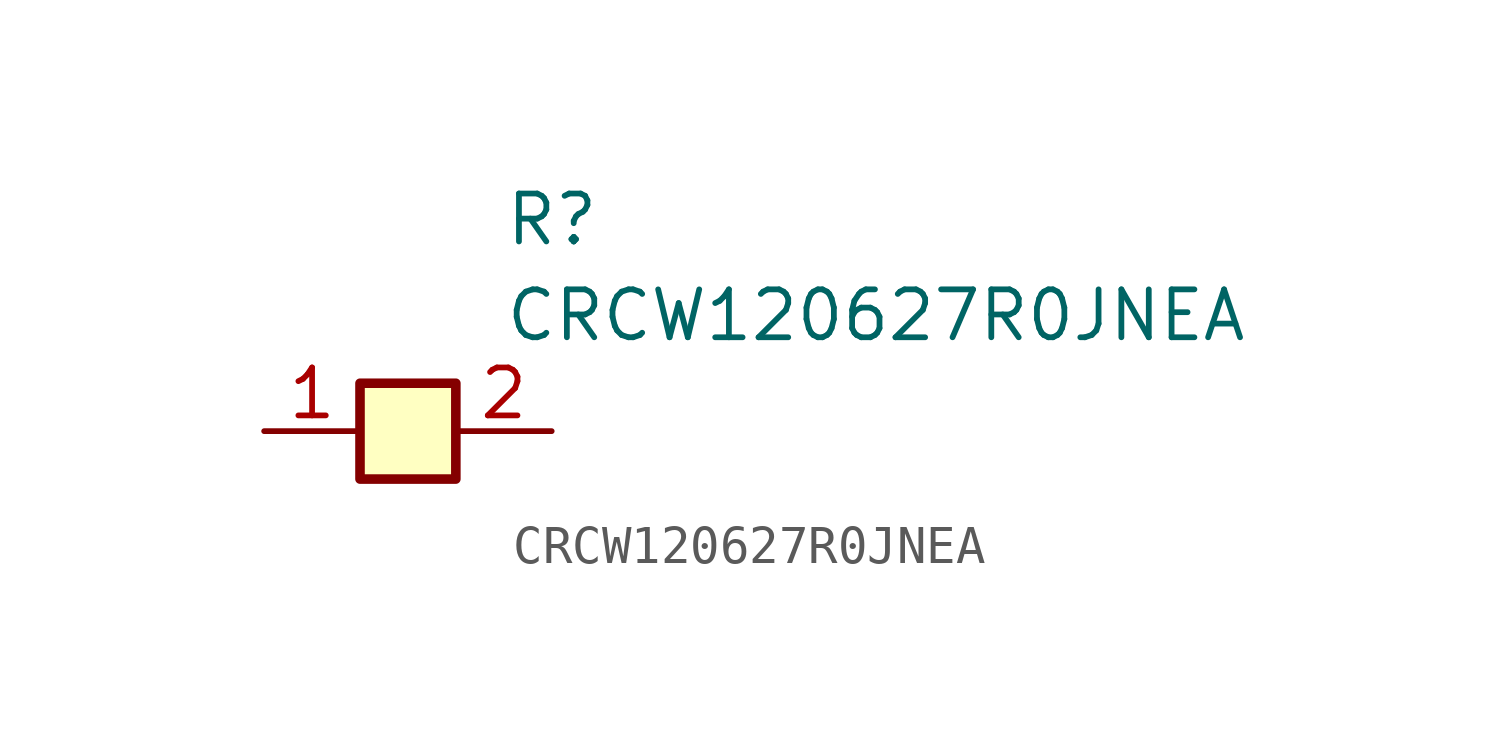
<source format=kicad_sym>
(kicad_symbol_lib
  (version 20231120)
  (generator "kicad_symbol_editor")
  (generator_version "8.0")
  (symbol "CRCW120627R0JNEA"
    (pin_names hide)
    (property "Reference" "R"
      (at 13.97 6.35 0)
      (effects (font (size 1.27 1.27)) (justify left top)))
    (property "Value" "CRCW120627R0JNEA"
      (at 13.97 3.81 0)
      (effects (font (size 1.27 1.27)) (justify left top)))
    (symbol "CRCW120627R0JNEA_1_1"
      (rectangle (start 10.16 1.27) (end 12.7 -1.27) (stroke (width 0.254) (type default)) (fill (type background)))
      (pin passive line (at 7.62 0 0) (length 2.54) (name "1" (effects (font (size 1.27 1.27)))) (number "1" (effects (font (size 1.27 1.27)))))
      (pin passive line (at 15.24 0 180) (length 2.54) (name "2" (effects (font (size 1.27 1.27)))) (number "2" (effects (font (size 1.27 1.27))))))))
</source>
